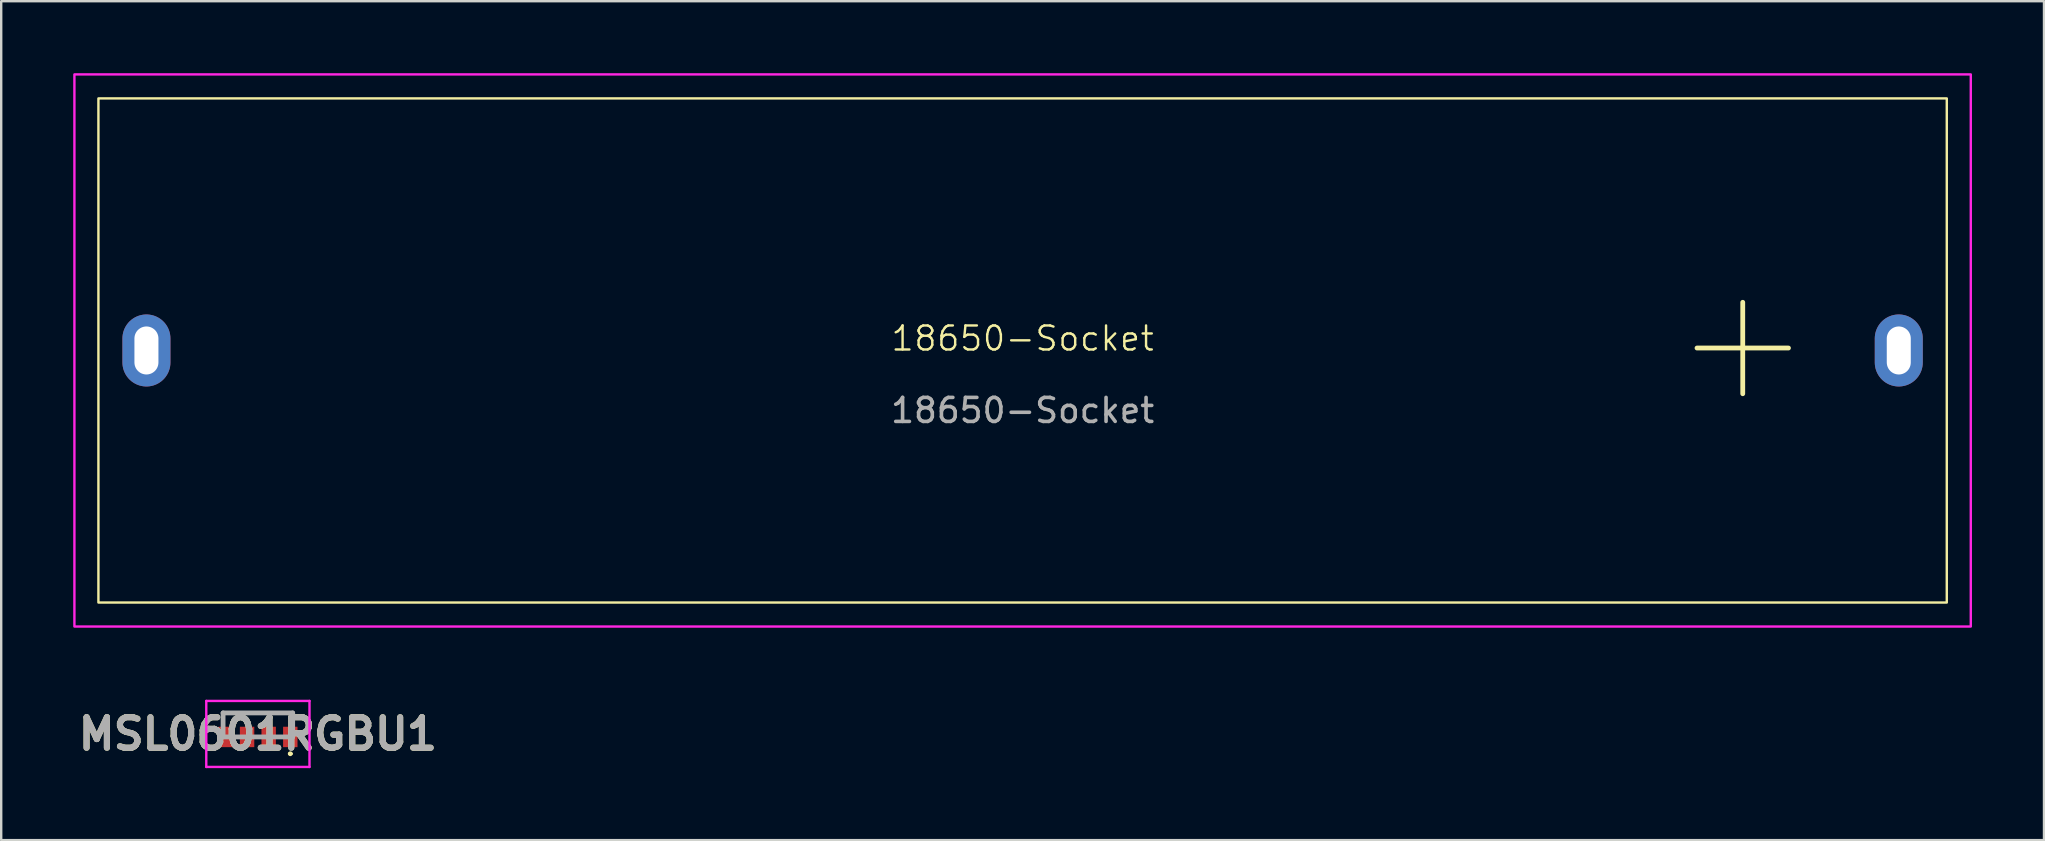
<source format=kicad_pcb>
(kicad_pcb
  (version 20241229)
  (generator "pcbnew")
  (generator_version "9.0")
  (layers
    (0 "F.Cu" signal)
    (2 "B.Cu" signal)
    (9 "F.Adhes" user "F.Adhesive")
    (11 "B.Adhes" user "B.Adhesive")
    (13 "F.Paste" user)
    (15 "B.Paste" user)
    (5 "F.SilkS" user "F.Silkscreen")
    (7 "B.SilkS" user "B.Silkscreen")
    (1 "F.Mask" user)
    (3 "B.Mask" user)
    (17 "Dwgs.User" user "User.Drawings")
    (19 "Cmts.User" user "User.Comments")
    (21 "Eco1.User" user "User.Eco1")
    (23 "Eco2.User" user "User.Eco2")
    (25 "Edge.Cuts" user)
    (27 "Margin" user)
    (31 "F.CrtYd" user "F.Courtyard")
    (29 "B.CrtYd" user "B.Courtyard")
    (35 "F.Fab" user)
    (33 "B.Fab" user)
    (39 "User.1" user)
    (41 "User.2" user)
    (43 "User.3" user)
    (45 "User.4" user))
  (footprint "18650-Socket"
    (layer "F.Cu")
    (at 39.55 11.55)
    (property "Reference" "18650-Socket" (at 0 -0.5 0) (unlocked yes) (layer "F.SilkS") (effects (font (size 1 1) (thickness 0.1))))
    (attr through_hole)
    (fp_rect (start -38.5 -10.5) (end 38.5 10.5) (stroke (width 0.1) (type default)) (fill no) (layer "F.SilkS"))
    (fp_rect (start 39.5 -11.5) (end -39.5 11.5) (stroke (width 0.1) (type default)) (fill no) (layer "F.CrtYd"))
    (fp_text user "+" (at 30 -0.5 0) (unlocked yes) (layer "F.SilkS") (effects (font (size 5 5) (thickness 0.2) (bold yes))))
    (fp_text user "${REFERENCE}" (at 0 2.5 0) (unlocked yes) (layer "F.Fab") (effects (font (size 1 1) (thickness 0.15))))
    (pad "1" thru_hole oval (at 36.5 0) (size 2 3) (drill oval 1 2) (layers "*.Cu" "*.Mask"))
    (pad "2" thru_hole oval (at -36.5 0) (size 2 3) (drill oval 1 2) (layers "*.Cu" "*.Mask")))
  (footprint "MSL0601RGBU1"
    (layer "F.Cu")
    (at 7.693 27.65)
    (property "Reference" "MSL0601RGBU1" (at 0 -0.125 0) (layer "F.SilkS") (effects (font (size 1.27 1.27) (thickness 0.254))))
    (attr smd)
    (fp_line (start -1.45 -1) (end -1.45 -0.7) (stroke (width 0.1) (type solid)) (layer "F.SilkS"))
    (fp_line (start 1.3 0.7) (end 1.3 0.7) (stroke (width 0.1) (type solid)) (layer "F.SilkS"))
    (fp_line (start 1.4 0.7) (end 1.4 0.7) (stroke (width 0.1) (type solid)) (layer "F.SilkS"))
    (fp_line (start 1.45 -1) (end -1.45 -1) (stroke (width 0.1) (type solid)) (layer "F.SilkS"))
    (fp_line (start 1.45 -0.7) (end 1.45 -1) (stroke (width 0.1) (type solid)) (layer "F.SilkS"))
    (fp_arc (start 1.3 0.7) (mid 1.35 0.65) (end 1.4 0.7) (stroke (width 0.1) (type solid)) (layer "F.SilkS"))
    (fp_arc (start 1.4 0.7) (mid 1.35 0.75) (end 1.3 0.7) (stroke (width 0.1) (type solid)) (layer "F.SilkS"))
    (fp_line (start -2.15 -1.5) (end 2.15 -1.5) (stroke (width 0.1) (type solid)) (layer "F.CrtYd"))
    (fp_line (start -2.15 1.25) (end -2.15 -1.5) (stroke (width 0.1) (type solid)) (layer "F.CrtYd"))
    (fp_line (start 2.15 -1.5) (end 2.15 1.25) (stroke (width 0.1) (type solid)) (layer "F.CrtYd"))
    (fp_line (start 2.15 1.25) (end -2.15 1.25) (stroke (width 0.1) (type solid)) (layer "F.CrtYd"))
    (fp_line (start -1.45 -1) (end 1.45 -1) (stroke (width 0.2) (type solid)) (layer "F.Fab"))
    (fp_line (start -1.45 0) (end -1.45 -1) (stroke (width 0.2) (type solid)) (layer "F.Fab"))
    (fp_line (start 1.45 -1) (end 1.45 0) (stroke (width 0.2) (type solid)) (layer "F.Fab"))
    (fp_line (start 1.45 0) (end -1.45 0) (stroke (width 0.2) (type solid)) (layer "F.Fab"))
    (fp_text user "${REFERENCE}" (at 0 -0.125 0) (layer "F.Fab") (effects (font (size 1.27 1.27) (thickness 0.254))))
    (pad "1" smd rect (at -1.35 0) (size 0.6 0.85) (layers "F.Cu" "F.Mask" "F.Paste"))
    (pad "2" smd rect (at -0.45 0) (size 0.6 0.85) (layers "F.Cu" "F.Mask" "F.Paste"))
    (pad "3" smd rect (at 0.45 0) (size 0.6 0.85) (layers "F.Cu" "F.Mask" "F.Paste"))
    (pad "4" smd rect (at 1.35 0) (size 0.6 0.85) (layers "F.Cu" "F.Mask" "F.Paste")))
  (gr_rect
    (start -3 -3)
    (end 82.1 31.95)
    (stroke (width 0.1) (type default))
    (fill no)
    (layer "Edge.Cuts")))
</source>
